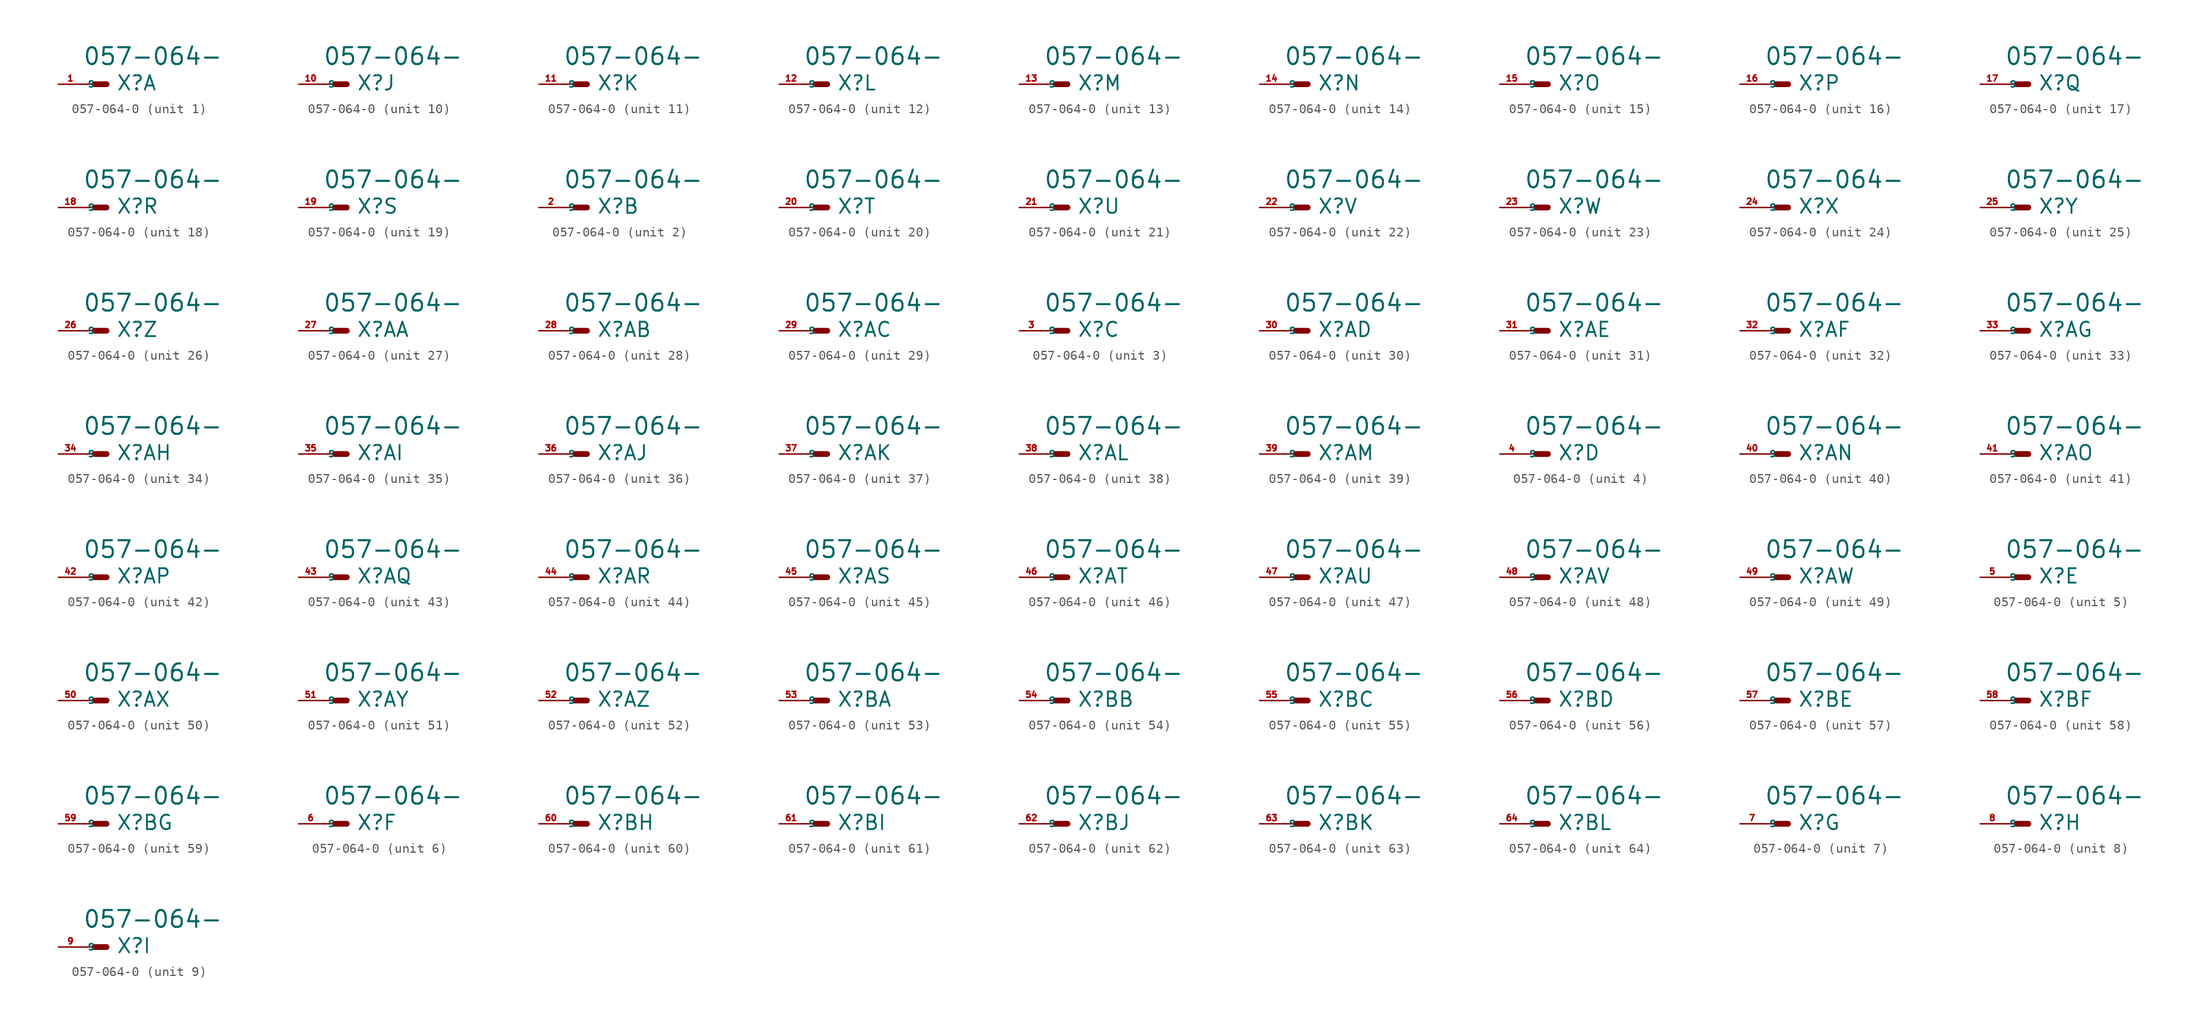
<source format=kicad_sym>
(kicad_symbol_lib
  (version 20220914)
  (generator Eagle2Kicad)
  (symbol "057-064-0"
    (property "Reference" "X"
      (at 1.016 -0.762 0)
      (effects (font (size 1.524 1.524) (thickness 0.19)) (justify left bottom)))
    (property "Value" "057-064-"
      (at -2.54 1.905 0)
      (effects (font (size 1.778 1.778) (thickness 0.22)) (justify left bottom)))
    (symbol "057-064-0_1_0"
      (polyline (pts (xy 0 0) (xy -1.27 0)) (stroke (width 0.61) (type default)) (fill (type none)))
      (polyline (pts (xy -2.54 0) (xy -1.27 0)) (stroke (width 0.152) (type default)) (fill (type none)))
      (pin passive line (at -5.08 0 0) (length 2.54) (name "S" (effects (font (size 0.635 0.635) (thickness 0.08)) (justify left bottom))) (number "1" (effects (font (size 0.635 0.635) (thickness 0.08)) (justify left bottom)))))
    (symbol "057-064-0_2_0"
      (polyline (pts (xy 0 0) (xy -1.27 0)) (stroke (width 0.61) (type default)) (fill (type none)))
      (polyline (pts (xy -2.54 0) (xy -1.27 0)) (stroke (width 0.152) (type default)) (fill (type none)))
      (pin passive line (at -5.08 0 0) (length 2.54) (name "S" (effects (font (size 0.635 0.635) (thickness 0.08)) (justify left bottom))) (number "2" (effects (font (size 0.635 0.635) (thickness 0.08)) (justify left bottom)))))
    (symbol "057-064-0_3_0"
      (polyline (pts (xy 0 0) (xy -1.27 0)) (stroke (width 0.61) (type default)) (fill (type none)))
      (polyline (pts (xy -2.54 0) (xy -1.27 0)) (stroke (width 0.152) (type default)) (fill (type none)))
      (pin passive line (at -5.08 0 0) (length 2.54) (name "S" (effects (font (size 0.635 0.635) (thickness 0.08)) (justify left bottom))) (number "3" (effects (font (size 0.635 0.635) (thickness 0.08)) (justify left bottom)))))
    (symbol "057-064-0_4_0"
      (polyline (pts (xy 0 0) (xy -1.27 0)) (stroke (width 0.61) (type default)) (fill (type none)))
      (polyline (pts (xy -2.54 0) (xy -1.27 0)) (stroke (width 0.152) (type default)) (fill (type none)))
      (pin passive line (at -5.08 0 0) (length 2.54) (name "S" (effects (font (size 0.635 0.635) (thickness 0.08)) (justify left bottom))) (number "4" (effects (font (size 0.635 0.635) (thickness 0.08)) (justify left bottom)))))
    (symbol "057-064-0_5_0"
      (polyline (pts (xy 0 0) (xy -1.27 0)) (stroke (width 0.61) (type default)) (fill (type none)))
      (polyline (pts (xy -2.54 0) (xy -1.27 0)) (stroke (width 0.152) (type default)) (fill (type none)))
      (pin passive line (at -5.08 0 0) (length 2.54) (name "S" (effects (font (size 0.635 0.635) (thickness 0.08)) (justify left bottom))) (number "5" (effects (font (size 0.635 0.635) (thickness 0.08)) (justify left bottom)))))
    (symbol "057-064-0_6_0"
      (polyline (pts (xy 0 0) (xy -1.27 0)) (stroke (width 0.61) (type default)) (fill (type none)))
      (polyline (pts (xy -2.54 0) (xy -1.27 0)) (stroke (width 0.152) (type default)) (fill (type none)))
      (pin passive line (at -5.08 0 0) (length 2.54) (name "S" (effects (font (size 0.635 0.635) (thickness 0.08)) (justify left bottom))) (number "6" (effects (font (size 0.635 0.635) (thickness 0.08)) (justify left bottom)))))
    (symbol "057-064-0_7_0"
      (polyline (pts (xy 0 0) (xy -1.27 0)) (stroke (width 0.61) (type default)) (fill (type none)))
      (polyline (pts (xy -2.54 0) (xy -1.27 0)) (stroke (width 0.152) (type default)) (fill (type none)))
      (pin passive line (at -5.08 0 0) (length 2.54) (name "S" (effects (font (size 0.635 0.635) (thickness 0.08)) (justify left bottom))) (number "7" (effects (font (size 0.635 0.635) (thickness 0.08)) (justify left bottom)))))
    (symbol "057-064-0_8_0"
      (polyline (pts (xy 0 0) (xy -1.27 0)) (stroke (width 0.61) (type default)) (fill (type none)))
      (polyline (pts (xy -2.54 0) (xy -1.27 0)) (stroke (width 0.152) (type default)) (fill (type none)))
      (pin passive line (at -5.08 0 0) (length 2.54) (name "S" (effects (font (size 0.635 0.635) (thickness 0.08)) (justify left bottom))) (number "8" (effects (font (size 0.635 0.635) (thickness 0.08)) (justify left bottom)))))
    (symbol "057-064-0_9_0"
      (polyline (pts (xy 0 0) (xy -1.27 0)) (stroke (width 0.61) (type default)) (fill (type none)))
      (polyline (pts (xy -2.54 0) (xy -1.27 0)) (stroke (width 0.152) (type default)) (fill (type none)))
      (pin passive line (at -5.08 0 0) (length 2.54) (name "S" (effects (font (size 0.635 0.635) (thickness 0.08)) (justify left bottom))) (number "9" (effects (font (size 0.635 0.635) (thickness 0.08)) (justify left bottom)))))
    (symbol "057-064-0_10_0"
      (polyline (pts (xy 0 0) (xy -1.27 0)) (stroke (width 0.61) (type default)) (fill (type none)))
      (polyline (pts (xy -2.54 0) (xy -1.27 0)) (stroke (width 0.152) (type default)) (fill (type none)))
      (pin passive line (at -5.08 0 0) (length 2.54) (name "S" (effects (font (size 0.635 0.635) (thickness 0.08)) (justify left bottom))) (number "10" (effects (font (size 0.635 0.635) (thickness 0.08)) (justify left bottom)))))
    (symbol "057-064-0_11_0"
      (polyline (pts (xy 0 0) (xy -1.27 0)) (stroke (width 0.61) (type default)) (fill (type none)))
      (polyline (pts (xy -2.54 0) (xy -1.27 0)) (stroke (width 0.152) (type default)) (fill (type none)))
      (pin passive line (at -5.08 0 0) (length 2.54) (name "S" (effects (font (size 0.635 0.635) (thickness 0.08)) (justify left bottom))) (number "11" (effects (font (size 0.635 0.635) (thickness 0.08)) (justify left bottom)))))
    (symbol "057-064-0_12_0"
      (polyline (pts (xy 0 0) (xy -1.27 0)) (stroke (width 0.61) (type default)) (fill (type none)))
      (polyline (pts (xy -2.54 0) (xy -1.27 0)) (stroke (width 0.152) (type default)) (fill (type none)))
      (pin passive line (at -5.08 0 0) (length 2.54) (name "S" (effects (font (size 0.635 0.635) (thickness 0.08)) (justify left bottom))) (number "12" (effects (font (size 0.635 0.635) (thickness 0.08)) (justify left bottom)))))
    (symbol "057-064-0_13_0"
      (polyline (pts (xy 0 0) (xy -1.27 0)) (stroke (width 0.61) (type default)) (fill (type none)))
      (polyline (pts (xy -2.54 0) (xy -1.27 0)) (stroke (width 0.152) (type default)) (fill (type none)))
      (pin passive line (at -5.08 0 0) (length 2.54) (name "S" (effects (font (size 0.635 0.635) (thickness 0.08)) (justify left bottom))) (number "13" (effects (font (size 0.635 0.635) (thickness 0.08)) (justify left bottom)))))
    (symbol "057-064-0_14_0"
      (polyline (pts (xy 0 0) (xy -1.27 0)) (stroke (width 0.61) (type default)) (fill (type none)))
      (polyline (pts (xy -2.54 0) (xy -1.27 0)) (stroke (width 0.152) (type default)) (fill (type none)))
      (pin passive line (at -5.08 0 0) (length 2.54) (name "S" (effects (font (size 0.635 0.635) (thickness 0.08)) (justify left bottom))) (number "14" (effects (font (size 0.635 0.635) (thickness 0.08)) (justify left bottom)))))
    (symbol "057-064-0_15_0"
      (polyline (pts (xy 0 0) (xy -1.27 0)) (stroke (width 0.61) (type default)) (fill (type none)))
      (polyline (pts (xy -2.54 0) (xy -1.27 0)) (stroke (width 0.152) (type default)) (fill (type none)))
      (pin passive line (at -5.08 0 0) (length 2.54) (name "S" (effects (font (size 0.635 0.635) (thickness 0.08)) (justify left bottom))) (number "15" (effects (font (size 0.635 0.635) (thickness 0.08)) (justify left bottom)))))
    (symbol "057-064-0_16_0"
      (polyline (pts (xy 0 0) (xy -1.27 0)) (stroke (width 0.61) (type default)) (fill (type none)))
      (polyline (pts (xy -2.54 0) (xy -1.27 0)) (stroke (width 0.152) (type default)) (fill (type none)))
      (pin passive line (at -5.08 0 0) (length 2.54) (name "S" (effects (font (size 0.635 0.635) (thickness 0.08)) (justify left bottom))) (number "16" (effects (font (size 0.635 0.635) (thickness 0.08)) (justify left bottom)))))
    (symbol "057-064-0_17_0"
      (polyline (pts (xy 0 0) (xy -1.27 0)) (stroke (width 0.61) (type default)) (fill (type none)))
      (polyline (pts (xy -2.54 0) (xy -1.27 0)) (stroke (width 0.152) (type default)) (fill (type none)))
      (pin passive line (at -5.08 0 0) (length 2.54) (name "S" (effects (font (size 0.635 0.635) (thickness 0.08)) (justify left bottom))) (number "17" (effects (font (size 0.635 0.635) (thickness 0.08)) (justify left bottom)))))
    (symbol "057-064-0_18_0"
      (polyline (pts (xy 0 0) (xy -1.27 0)) (stroke (width 0.61) (type default)) (fill (type none)))
      (polyline (pts (xy -2.54 0) (xy -1.27 0)) (stroke (width 0.152) (type default)) (fill (type none)))
      (pin passive line (at -5.08 0 0) (length 2.54) (name "S" (effects (font (size 0.635 0.635) (thickness 0.08)) (justify left bottom))) (number "18" (effects (font (size 0.635 0.635) (thickness 0.08)) (justify left bottom)))))
    (symbol "057-064-0_19_0"
      (polyline (pts (xy 0 0) (xy -1.27 0)) (stroke (width 0.61) (type default)) (fill (type none)))
      (polyline (pts (xy -2.54 0) (xy -1.27 0)) (stroke (width 0.152) (type default)) (fill (type none)))
      (pin passive line (at -5.08 0 0) (length 2.54) (name "S" (effects (font (size 0.635 0.635) (thickness 0.08)) (justify left bottom))) (number "19" (effects (font (size 0.635 0.635) (thickness 0.08)) (justify left bottom)))))
    (symbol "057-064-0_20_0"
      (polyline (pts (xy 0 0) (xy -1.27 0)) (stroke (width 0.61) (type default)) (fill (type none)))
      (polyline (pts (xy -2.54 0) (xy -1.27 0)) (stroke (width 0.152) (type default)) (fill (type none)))
      (pin passive line (at -5.08 0 0) (length 2.54) (name "S" (effects (font (size 0.635 0.635) (thickness 0.08)) (justify left bottom))) (number "20" (effects (font (size 0.635 0.635) (thickness 0.08)) (justify left bottom)))))
    (symbol "057-064-0_21_0"
      (polyline (pts (xy 0 0) (xy -1.27 0)) (stroke (width 0.61) (type default)) (fill (type none)))
      (polyline (pts (xy -2.54 0) (xy -1.27 0)) (stroke (width 0.152) (type default)) (fill (type none)))
      (pin passive line (at -5.08 0 0) (length 2.54) (name "S" (effects (font (size 0.635 0.635) (thickness 0.08)) (justify left bottom))) (number "21" (effects (font (size 0.635 0.635) (thickness 0.08)) (justify left bottom)))))
    (symbol "057-064-0_22_0"
      (polyline (pts (xy 0 0) (xy -1.27 0)) (stroke (width 0.61) (type default)) (fill (type none)))
      (polyline (pts (xy -2.54 0) (xy -1.27 0)) (stroke (width 0.152) (type default)) (fill (type none)))
      (pin passive line (at -5.08 0 0) (length 2.54) (name "S" (effects (font (size 0.635 0.635) (thickness 0.08)) (justify left bottom))) (number "22" (effects (font (size 0.635 0.635) (thickness 0.08)) (justify left bottom)))))
    (symbol "057-064-0_23_0"
      (polyline (pts (xy 0 0) (xy -1.27 0)) (stroke (width 0.61) (type default)) (fill (type none)))
      (polyline (pts (xy -2.54 0) (xy -1.27 0)) (stroke (width 0.152) (type default)) (fill (type none)))
      (pin passive line (at -5.08 0 0) (length 2.54) (name "S" (effects (font (size 0.635 0.635) (thickness 0.08)) (justify left bottom))) (number "23" (effects (font (size 0.635 0.635) (thickness 0.08)) (justify left bottom)))))
    (symbol "057-064-0_24_0"
      (polyline (pts (xy 0 0) (xy -1.27 0)) (stroke (width 0.61) (type default)) (fill (type none)))
      (polyline (pts (xy -2.54 0) (xy -1.27 0)) (stroke (width 0.152) (type default)) (fill (type none)))
      (pin passive line (at -5.08 0 0) (length 2.54) (name "S" (effects (font (size 0.635 0.635) (thickness 0.08)) (justify left bottom))) (number "24" (effects (font (size 0.635 0.635) (thickness 0.08)) (justify left bottom)))))
    (symbol "057-064-0_25_0"
      (polyline (pts (xy 0 0) (xy -1.27 0)) (stroke (width 0.61) (type default)) (fill (type none)))
      (polyline (pts (xy -2.54 0) (xy -1.27 0)) (stroke (width 0.152) (type default)) (fill (type none)))
      (pin passive line (at -5.08 0 0) (length 2.54) (name "S" (effects (font (size 0.635 0.635) (thickness 0.08)) (justify left bottom))) (number "25" (effects (font (size 0.635 0.635) (thickness 0.08)) (justify left bottom)))))
    (symbol "057-064-0_26_0"
      (polyline (pts (xy 0 0) (xy -1.27 0)) (stroke (width 0.61) (type default)) (fill (type none)))
      (polyline (pts (xy -2.54 0) (xy -1.27 0)) (stroke (width 0.152) (type default)) (fill (type none)))
      (pin passive line (at -5.08 0 0) (length 2.54) (name "S" (effects (font (size 0.635 0.635) (thickness 0.08)) (justify left bottom))) (number "26" (effects (font (size 0.635 0.635) (thickness 0.08)) (justify left bottom)))))
    (symbol "057-064-0_27_0"
      (polyline (pts (xy 0 0) (xy -1.27 0)) (stroke (width 0.61) (type default)) (fill (type none)))
      (polyline (pts (xy -2.54 0) (xy -1.27 0)) (stroke (width 0.152) (type default)) (fill (type none)))
      (pin passive line (at -5.08 0 0) (length 2.54) (name "S" (effects (font (size 0.635 0.635) (thickness 0.08)) (justify left bottom))) (number "27" (effects (font (size 0.635 0.635) (thickness 0.08)) (justify left bottom)))))
    (symbol "057-064-0_28_0"
      (polyline (pts (xy 0 0) (xy -1.27 0)) (stroke (width 0.61) (type default)) (fill (type none)))
      (polyline (pts (xy -2.54 0) (xy -1.27 0)) (stroke (width 0.152) (type default)) (fill (type none)))
      (pin passive line (at -5.08 0 0) (length 2.54) (name "S" (effects (font (size 0.635 0.635) (thickness 0.08)) (justify left bottom))) (number "28" (effects (font (size 0.635 0.635) (thickness 0.08)) (justify left bottom)))))
    (symbol "057-064-0_29_0"
      (polyline (pts (xy 0 0) (xy -1.27 0)) (stroke (width 0.61) (type default)) (fill (type none)))
      (polyline (pts (xy -2.54 0) (xy -1.27 0)) (stroke (width 0.152) (type default)) (fill (type none)))
      (pin passive line (at -5.08 0 0) (length 2.54) (name "S" (effects (font (size 0.635 0.635) (thickness 0.08)) (justify left bottom))) (number "29" (effects (font (size 0.635 0.635) (thickness 0.08)) (justify left bottom)))))
    (symbol "057-064-0_30_0"
      (polyline (pts (xy 0 0) (xy -1.27 0)) (stroke (width 0.61) (type default)) (fill (type none)))
      (polyline (pts (xy -2.54 0) (xy -1.27 0)) (stroke (width 0.152) (type default)) (fill (type none)))
      (pin passive line (at -5.08 0 0) (length 2.54) (name "S" (effects (font (size 0.635 0.635) (thickness 0.08)) (justify left bottom))) (number "30" (effects (font (size 0.635 0.635) (thickness 0.08)) (justify left bottom)))))
    (symbol "057-064-0_31_0"
      (polyline (pts (xy 0 0) (xy -1.27 0)) (stroke (width 0.61) (type default)) (fill (type none)))
      (polyline (pts (xy -2.54 0) (xy -1.27 0)) (stroke (width 0.152) (type default)) (fill (type none)))
      (pin passive line (at -5.08 0 0) (length 2.54) (name "S" (effects (font (size 0.635 0.635) (thickness 0.08)) (justify left bottom))) (number "31" (effects (font (size 0.635 0.635) (thickness 0.08)) (justify left bottom)))))
    (symbol "057-064-0_32_0"
      (polyline (pts (xy 0 0) (xy -1.27 0)) (stroke (width 0.61) (type default)) (fill (type none)))
      (polyline (pts (xy -2.54 0) (xy -1.27 0)) (stroke (width 0.152) (type default)) (fill (type none)))
      (pin passive line (at -5.08 0 0) (length 2.54) (name "S" (effects (font (size 0.635 0.635) (thickness 0.08)) (justify left bottom))) (number "32" (effects (font (size 0.635 0.635) (thickness 0.08)) (justify left bottom)))))
    (symbol "057-064-0_33_0"
      (polyline (pts (xy 0 0) (xy -1.27 0)) (stroke (width 0.61) (type default)) (fill (type none)))
      (polyline (pts (xy -2.54 0) (xy -1.27 0)) (stroke (width 0.152) (type default)) (fill (type none)))
      (pin passive line (at -5.08 0 0) (length 2.54) (name "S" (effects (font (size 0.635 0.635) (thickness 0.08)) (justify left bottom))) (number "33" (effects (font (size 0.635 0.635) (thickness 0.08)) (justify left bottom)))))
    (symbol "057-064-0_34_0"
      (polyline (pts (xy 0 0) (xy -1.27 0)) (stroke (width 0.61) (type default)) (fill (type none)))
      (polyline (pts (xy -2.54 0) (xy -1.27 0)) (stroke (width 0.152) (type default)) (fill (type none)))
      (pin passive line (at -5.08 0 0) (length 2.54) (name "S" (effects (font (size 0.635 0.635) (thickness 0.08)) (justify left bottom))) (number "34" (effects (font (size 0.635 0.635) (thickness 0.08)) (justify left bottom)))))
    (symbol "057-064-0_35_0"
      (polyline (pts (xy 0 0) (xy -1.27 0)) (stroke (width 0.61) (type default)) (fill (type none)))
      (polyline (pts (xy -2.54 0) (xy -1.27 0)) (stroke (width 0.152) (type default)) (fill (type none)))
      (pin passive line (at -5.08 0 0) (length 2.54) (name "S" (effects (font (size 0.635 0.635) (thickness 0.08)) (justify left bottom))) (number "35" (effects (font (size 0.635 0.635) (thickness 0.08)) (justify left bottom)))))
    (symbol "057-064-0_36_0"
      (polyline (pts (xy 0 0) (xy -1.27 0)) (stroke (width 0.61) (type default)) (fill (type none)))
      (polyline (pts (xy -2.54 0) (xy -1.27 0)) (stroke (width 0.152) (type default)) (fill (type none)))
      (pin passive line (at -5.08 0 0) (length 2.54) (name "S" (effects (font (size 0.635 0.635) (thickness 0.08)) (justify left bottom))) (number "36" (effects (font (size 0.635 0.635) (thickness 0.08)) (justify left bottom)))))
    (symbol "057-064-0_37_0"
      (polyline (pts (xy 0 0) (xy -1.27 0)) (stroke (width 0.61) (type default)) (fill (type none)))
      (polyline (pts (xy -2.54 0) (xy -1.27 0)) (stroke (width 0.152) (type default)) (fill (type none)))
      (pin passive line (at -5.08 0 0) (length 2.54) (name "S" (effects (font (size 0.635 0.635) (thickness 0.08)) (justify left bottom))) (number "37" (effects (font (size 0.635 0.635) (thickness 0.08)) (justify left bottom)))))
    (symbol "057-064-0_38_0"
      (polyline (pts (xy 0 0) (xy -1.27 0)) (stroke (width 0.61) (type default)) (fill (type none)))
      (polyline (pts (xy -2.54 0) (xy -1.27 0)) (stroke (width 0.152) (type default)) (fill (type none)))
      (pin passive line (at -5.08 0 0) (length 2.54) (name "S" (effects (font (size 0.635 0.635) (thickness 0.08)) (justify left bottom))) (number "38" (effects (font (size 0.635 0.635) (thickness 0.08)) (justify left bottom)))))
    (symbol "057-064-0_39_0"
      (polyline (pts (xy 0 0) (xy -1.27 0)) (stroke (width 0.61) (type default)) (fill (type none)))
      (polyline (pts (xy -2.54 0) (xy -1.27 0)) (stroke (width 0.152) (type default)) (fill (type none)))
      (pin passive line (at -5.08 0 0) (length 2.54) (name "S" (effects (font (size 0.635 0.635) (thickness 0.08)) (justify left bottom))) (number "39" (effects (font (size 0.635 0.635) (thickness 0.08)) (justify left bottom)))))
    (symbol "057-064-0_40_0"
      (polyline (pts (xy 0 0) (xy -1.27 0)) (stroke (width 0.61) (type default)) (fill (type none)))
      (polyline (pts (xy -2.54 0) (xy -1.27 0)) (stroke (width 0.152) (type default)) (fill (type none)))
      (pin passive line (at -5.08 0 0) (length 2.54) (name "S" (effects (font (size 0.635 0.635) (thickness 0.08)) (justify left bottom))) (number "40" (effects (font (size 0.635 0.635) (thickness 0.08)) (justify left bottom)))))
    (symbol "057-064-0_41_0"
      (polyline (pts (xy 0 0) (xy -1.27 0)) (stroke (width 0.61) (type default)) (fill (type none)))
      (polyline (pts (xy -2.54 0) (xy -1.27 0)) (stroke (width 0.152) (type default)) (fill (type none)))
      (pin passive line (at -5.08 0 0) (length 2.54) (name "S" (effects (font (size 0.635 0.635) (thickness 0.08)) (justify left bottom))) (number "41" (effects (font (size 0.635 0.635) (thickness 0.08)) (justify left bottom)))))
    (symbol "057-064-0_42_0"
      (polyline (pts (xy 0 0) (xy -1.27 0)) (stroke (width 0.61) (type default)) (fill (type none)))
      (polyline (pts (xy -2.54 0) (xy -1.27 0)) (stroke (width 0.152) (type default)) (fill (type none)))
      (pin passive line (at -5.08 0 0) (length 2.54) (name "S" (effects (font (size 0.635 0.635) (thickness 0.08)) (justify left bottom))) (number "42" (effects (font (size 0.635 0.635) (thickness 0.08)) (justify left bottom)))))
    (symbol "057-064-0_43_0"
      (polyline (pts (xy 0 0) (xy -1.27 0)) (stroke (width 0.61) (type default)) (fill (type none)))
      (polyline (pts (xy -2.54 0) (xy -1.27 0)) (stroke (width 0.152) (type default)) (fill (type none)))
      (pin passive line (at -5.08 0 0) (length 2.54) (name "S" (effects (font (size 0.635 0.635) (thickness 0.08)) (justify left bottom))) (number "43" (effects (font (size 0.635 0.635) (thickness 0.08)) (justify left bottom)))))
    (symbol "057-064-0_44_0"
      (polyline (pts (xy 0 0) (xy -1.27 0)) (stroke (width 0.61) (type default)) (fill (type none)))
      (polyline (pts (xy -2.54 0) (xy -1.27 0)) (stroke (width 0.152) (type default)) (fill (type none)))
      (pin passive line (at -5.08 0 0) (length 2.54) (name "S" (effects (font (size 0.635 0.635) (thickness 0.08)) (justify left bottom))) (number "44" (effects (font (size 0.635 0.635) (thickness 0.08)) (justify left bottom)))))
    (symbol "057-064-0_45_0"
      (polyline (pts (xy 0 0) (xy -1.27 0)) (stroke (width 0.61) (type default)) (fill (type none)))
      (polyline (pts (xy -2.54 0) (xy -1.27 0)) (stroke (width 0.152) (type default)) (fill (type none)))
      (pin passive line (at -5.08 0 0) (length 2.54) (name "S" (effects (font (size 0.635 0.635) (thickness 0.08)) (justify left bottom))) (number "45" (effects (font (size 0.635 0.635) (thickness 0.08)) (justify left bottom)))))
    (symbol "057-064-0_46_0"
      (polyline (pts (xy 0 0) (xy -1.27 0)) (stroke (width 0.61) (type default)) (fill (type none)))
      (polyline (pts (xy -2.54 0) (xy -1.27 0)) (stroke (width 0.152) (type default)) (fill (type none)))
      (pin passive line (at -5.08 0 0) (length 2.54) (name "S" (effects (font (size 0.635 0.635) (thickness 0.08)) (justify left bottom))) (number "46" (effects (font (size 0.635 0.635) (thickness 0.08)) (justify left bottom)))))
    (symbol "057-064-0_47_0"
      (polyline (pts (xy 0 0) (xy -1.27 0)) (stroke (width 0.61) (type default)) (fill (type none)))
      (polyline (pts (xy -2.54 0) (xy -1.27 0)) (stroke (width 0.152) (type default)) (fill (type none)))
      (pin passive line (at -5.08 0 0) (length 2.54) (name "S" (effects (font (size 0.635 0.635) (thickness 0.08)) (justify left bottom))) (number "47" (effects (font (size 0.635 0.635) (thickness 0.08)) (justify left bottom)))))
    (symbol "057-064-0_48_0"
      (polyline (pts (xy 0 0) (xy -1.27 0)) (stroke (width 0.61) (type default)) (fill (type none)))
      (polyline (pts (xy -2.54 0) (xy -1.27 0)) (stroke (width 0.152) (type default)) (fill (type none)))
      (pin passive line (at -5.08 0 0) (length 2.54) (name "S" (effects (font (size 0.635 0.635) (thickness 0.08)) (justify left bottom))) (number "48" (effects (font (size 0.635 0.635) (thickness 0.08)) (justify left bottom)))))
    (symbol "057-064-0_49_0"
      (polyline (pts (xy 0 0) (xy -1.27 0)) (stroke (width 0.61) (type default)) (fill (type none)))
      (polyline (pts (xy -2.54 0) (xy -1.27 0)) (stroke (width 0.152) (type default)) (fill (type none)))
      (pin passive line (at -5.08 0 0) (length 2.54) (name "S" (effects (font (size 0.635 0.635) (thickness 0.08)) (justify left bottom))) (number "49" (effects (font (size 0.635 0.635) (thickness 0.08)) (justify left bottom)))))
    (symbol "057-064-0_50_0"
      (polyline (pts (xy 0 0) (xy -1.27 0)) (stroke (width 0.61) (type default)) (fill (type none)))
      (polyline (pts (xy -2.54 0) (xy -1.27 0)) (stroke (width 0.152) (type default)) (fill (type none)))
      (pin passive line (at -5.08 0 0) (length 2.54) (name "S" (effects (font (size 0.635 0.635) (thickness 0.08)) (justify left bottom))) (number "50" (effects (font (size 0.635 0.635) (thickness 0.08)) (justify left bottom)))))
    (symbol "057-064-0_51_0"
      (polyline (pts (xy 0 0) (xy -1.27 0)) (stroke (width 0.61) (type default)) (fill (type none)))
      (polyline (pts (xy -2.54 0) (xy -1.27 0)) (stroke (width 0.152) (type default)) (fill (type none)))
      (pin passive line (at -5.08 0 0) (length 2.54) (name "S" (effects (font (size 0.635 0.635) (thickness 0.08)) (justify left bottom))) (number "51" (effects (font (size 0.635 0.635) (thickness 0.08)) (justify left bottom)))))
    (symbol "057-064-0_52_0"
      (polyline (pts (xy 0 0) (xy -1.27 0)) (stroke (width 0.61) (type default)) (fill (type none)))
      (polyline (pts (xy -2.54 0) (xy -1.27 0)) (stroke (width 0.152) (type default)) (fill (type none)))
      (pin passive line (at -5.08 0 0) (length 2.54) (name "S" (effects (font (size 0.635 0.635) (thickness 0.08)) (justify left bottom))) (number "52" (effects (font (size 0.635 0.635) (thickness 0.08)) (justify left bottom)))))
    (symbol "057-064-0_53_0"
      (polyline (pts (xy 0 0) (xy -1.27 0)) (stroke (width 0.61) (type default)) (fill (type none)))
      (polyline (pts (xy -2.54 0) (xy -1.27 0)) (stroke (width 0.152) (type default)) (fill (type none)))
      (pin passive line (at -5.08 0 0) (length 2.54) (name "S" (effects (font (size 0.635 0.635) (thickness 0.08)) (justify left bottom))) (number "53" (effects (font (size 0.635 0.635) (thickness 0.08)) (justify left bottom)))))
    (symbol "057-064-0_54_0"
      (polyline (pts (xy 0 0) (xy -1.27 0)) (stroke (width 0.61) (type default)) (fill (type none)))
      (polyline (pts (xy -2.54 0) (xy -1.27 0)) (stroke (width 0.152) (type default)) (fill (type none)))
      (pin passive line (at -5.08 0 0) (length 2.54) (name "S" (effects (font (size 0.635 0.635) (thickness 0.08)) (justify left bottom))) (number "54" (effects (font (size 0.635 0.635) (thickness 0.08)) (justify left bottom)))))
    (symbol "057-064-0_55_0"
      (polyline (pts (xy 0 0) (xy -1.27 0)) (stroke (width 0.61) (type default)) (fill (type none)))
      (polyline (pts (xy -2.54 0) (xy -1.27 0)) (stroke (width 0.152) (type default)) (fill (type none)))
      (pin passive line (at -5.08 0 0) (length 2.54) (name "S" (effects (font (size 0.635 0.635) (thickness 0.08)) (justify left bottom))) (number "55" (effects (font (size 0.635 0.635) (thickness 0.08)) (justify left bottom)))))
    (symbol "057-064-0_56_0"
      (polyline (pts (xy 0 0) (xy -1.27 0)) (stroke (width 0.61) (type default)) (fill (type none)))
      (polyline (pts (xy -2.54 0) (xy -1.27 0)) (stroke (width 0.152) (type default)) (fill (type none)))
      (pin passive line (at -5.08 0 0) (length 2.54) (name "S" (effects (font (size 0.635 0.635) (thickness 0.08)) (justify left bottom))) (number "56" (effects (font (size 0.635 0.635) (thickness 0.08)) (justify left bottom)))))
    (symbol "057-064-0_57_0"
      (polyline (pts (xy 0 0) (xy -1.27 0)) (stroke (width 0.61) (type default)) (fill (type none)))
      (polyline (pts (xy -2.54 0) (xy -1.27 0)) (stroke (width 0.152) (type default)) (fill (type none)))
      (pin passive line (at -5.08 0 0) (length 2.54) (name "S" (effects (font (size 0.635 0.635) (thickness 0.08)) (justify left bottom))) (number "57" (effects (font (size 0.635 0.635) (thickness 0.08)) (justify left bottom)))))
    (symbol "057-064-0_58_0"
      (polyline (pts (xy 0 0) (xy -1.27 0)) (stroke (width 0.61) (type default)) (fill (type none)))
      (polyline (pts (xy -2.54 0) (xy -1.27 0)) (stroke (width 0.152) (type default)) (fill (type none)))
      (pin passive line (at -5.08 0 0) (length 2.54) (name "S" (effects (font (size 0.635 0.635) (thickness 0.08)) (justify left bottom))) (number "58" (effects (font (size 0.635 0.635) (thickness 0.08)) (justify left bottom)))))
    (symbol "057-064-0_59_0"
      (polyline (pts (xy 0 0) (xy -1.27 0)) (stroke (width 0.61) (type default)) (fill (type none)))
      (polyline (pts (xy -2.54 0) (xy -1.27 0)) (stroke (width 0.152) (type default)) (fill (type none)))
      (pin passive line (at -5.08 0 0) (length 2.54) (name "S" (effects (font (size 0.635 0.635) (thickness 0.08)) (justify left bottom))) (number "59" (effects (font (size 0.635 0.635) (thickness 0.08)) (justify left bottom)))))
    (symbol "057-064-0_60_0"
      (polyline (pts (xy 0 0) (xy -1.27 0)) (stroke (width 0.61) (type default)) (fill (type none)))
      (polyline (pts (xy -2.54 0) (xy -1.27 0)) (stroke (width 0.152) (type default)) (fill (type none)))
      (pin passive line (at -5.08 0 0) (length 2.54) (name "S" (effects (font (size 0.635 0.635) (thickness 0.08)) (justify left bottom))) (number "60" (effects (font (size 0.635 0.635) (thickness 0.08)) (justify left bottom)))))
    (symbol "057-064-0_61_0"
      (polyline (pts (xy 0 0) (xy -1.27 0)) (stroke (width 0.61) (type default)) (fill (type none)))
      (polyline (pts (xy -2.54 0) (xy -1.27 0)) (stroke (width 0.152) (type default)) (fill (type none)))
      (pin passive line (at -5.08 0 0) (length 2.54) (name "S" (effects (font (size 0.635 0.635) (thickness 0.08)) (justify left bottom))) (number "61" (effects (font (size 0.635 0.635) (thickness 0.08)) (justify left bottom)))))
    (symbol "057-064-0_62_0"
      (polyline (pts (xy 0 0) (xy -1.27 0)) (stroke (width 0.61) (type default)) (fill (type none)))
      (polyline (pts (xy -2.54 0) (xy -1.27 0)) (stroke (width 0.152) (type default)) (fill (type none)))
      (pin passive line (at -5.08 0 0) (length 2.54) (name "S" (effects (font (size 0.635 0.635) (thickness 0.08)) (justify left bottom))) (number "62" (effects (font (size 0.635 0.635) (thickness 0.08)) (justify left bottom)))))
    (symbol "057-064-0_63_0"
      (polyline (pts (xy 0 0) (xy -1.27 0)) (stroke (width 0.61) (type default)) (fill (type none)))
      (polyline (pts (xy -2.54 0) (xy -1.27 0)) (stroke (width 0.152) (type default)) (fill (type none)))
      (pin passive line (at -5.08 0 0) (length 2.54) (name "S" (effects (font (size 0.635 0.635) (thickness 0.08)) (justify left bottom))) (number "63" (effects (font (size 0.635 0.635) (thickness 0.08)) (justify left bottom)))))
    (symbol "057-064-0_64_0"
      (polyline (pts (xy 0 0) (xy -1.27 0)) (stroke (width 0.61) (type default)) (fill (type none)))
      (polyline (pts (xy -2.54 0) (xy -1.27 0)) (stroke (width 0.152) (type default)) (fill (type none)))
      (pin passive line (at -5.08 0 0) (length 2.54) (name "S" (effects (font (size 0.635 0.635) (thickness 0.08)) (justify left bottom))) (number "64" (effects (font (size 0.635 0.635) (thickness 0.08)) (justify left bottom)))))))
</source>
